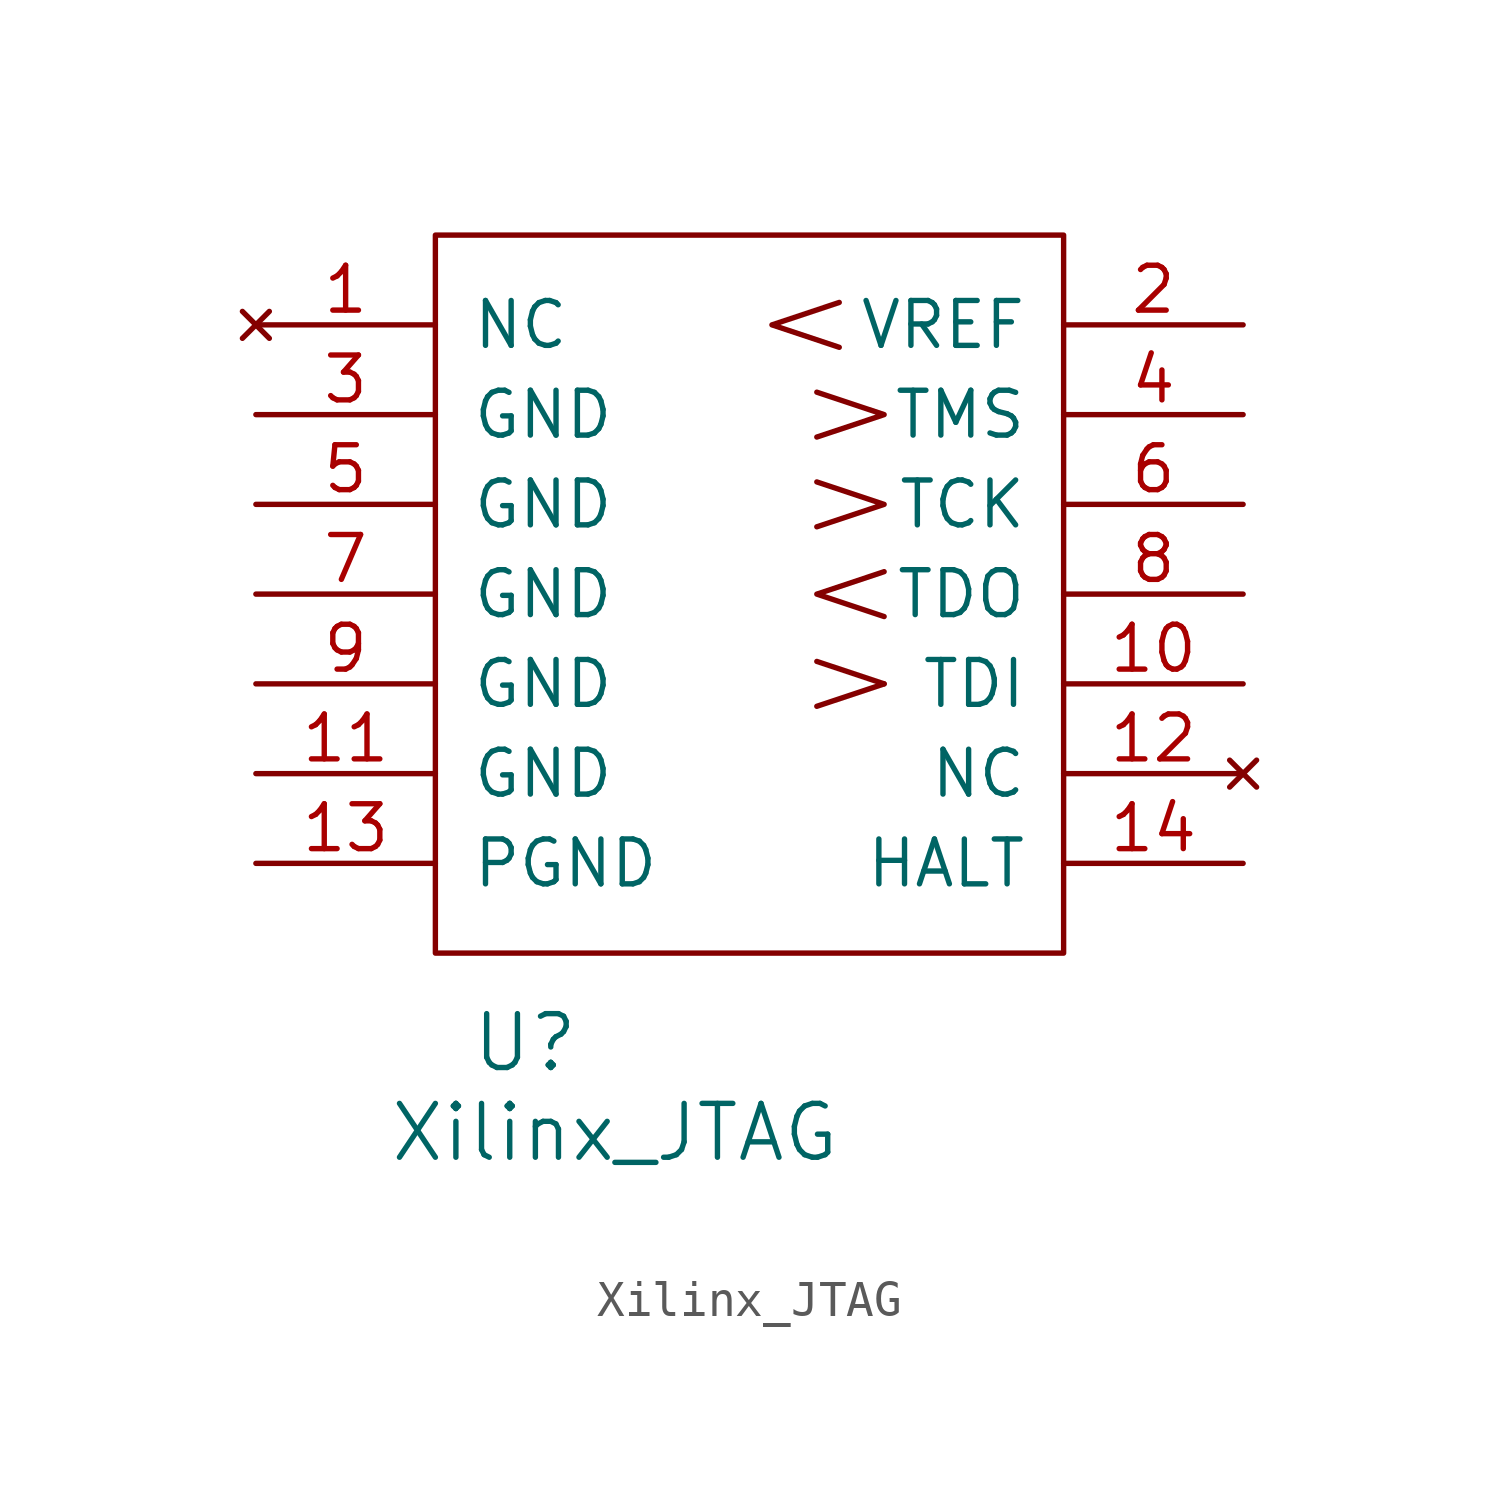
<source format=kicad_sym>
(kicad_symbol_lib
  (version 20220914)
  (generator kicad_symbol_editor)
  (symbol "Xilinx_JTAG"
    (pin_names
      (offset 1.016))
    (property "Reference" "U"
      (at 2.54 -2.54 0)
      (effects (font (size 1.524 1.524))))
    (property "Value" "Xilinx_JTAG"
      (at 5.08 -5.08 0)
      (effects (font (size 1.524 1.524))))
    (property "Footprint" ""
      (at 0 0 0)
      (effects (font (size 1.524 1.524))))
    (property "Datasheet" ""
      (at 0 0 0)
      (effects (font (size 1.524 1.524))))
    (symbol "Xilinx_JTAG_0_1"
      (polyline (pts (xy 10.795 6.985) (xy 12.7 7.62)) (stroke (width 0) (type solid)) (fill (type none)))
      (polyline (pts (xy 12.7 7.62) (xy 10.795 8.255)) (stroke (width 0) (type solid)) (fill (type none)))
      (polyline (pts (xy 10.795 13.335) (xy 12.7 12.7) (xy 10.795 12.065)) (stroke (width 0) (type solid)) (fill (type none)))
      (polyline (pts (xy 10.795 15.875) (xy 12.7 15.24) (xy 10.795 14.605)) (stroke (width 0) (type solid)) (fill (type none)))
      (polyline (pts (xy 11.43 17.145) (xy 9.525 17.78) (xy 11.43 18.415)) (stroke (width 0) (type solid)) (fill (type none)))
      (polyline (pts (xy 12.7 10.795) (xy 10.795 10.16) (xy 12.7 9.525)) (stroke (width 0) (type solid)) (fill (type none))))
    (symbol "Xilinx_JTAG_1_1"
      (rectangle (start 0 0) (end 17.78 20.32) (stroke (width 0) (type solid)) (fill (type none)))
      (pin no_connect line (at -5.08 17.78 0) (length 5.08) (name "NC" (effects (font (size 1.27 1.27)))) (number "1" (effects (font (size 1.27 1.27)))))
      (pin output line (at 22.86 7.62 180) (length 5.08) (name "TDI" (effects (font (size 1.27 1.27)))) (number "10" (effects (font (size 1.27 1.27)))))
      (pin power_in line (at -5.08 5.08 0) (length 5.08) (name "GND" (effects (font (size 1.27 1.27)))) (number "11" (effects (font (size 1.27 1.27)))))
      (pin no_connect line (at 22.86 5.08 180) (length 5.08) (name "NC" (effects (font (size 1.27 1.27)))) (number "12" (effects (font (size 1.27 1.27)))))
      (pin output line (at -5.08 2.54 0) (length 5.08) (name "PGND" (effects (font (size 1.27 1.27)))) (number "13" (effects (font (size 1.27 1.27)))))
      (pin bidirectional line (at 22.86 2.54 180) (length 5.08) (name "HALT" (effects (font (size 1.27 1.27)))) (number "14" (effects (font (size 1.27 1.27)))))
      (pin input line (at 22.86 17.78 180) (length 5.08) (name "VREF" (effects (font (size 1.27 1.27)))) (number "2" (effects (font (size 1.27 1.27)))))
      (pin power_in line (at -5.08 15.24 0) (length 5.08) (name "GND" (effects (font (size 1.27 1.27)))) (number "3" (effects (font (size 1.27 1.27)))))
      (pin output line (at 22.86 15.24 180) (length 5.08) (name "TMS" (effects (font (size 1.27 1.27)))) (number "4" (effects (font (size 1.27 1.27)))))
      (pin power_out line (at -5.08 12.7 0) (length 5.08) (name "GND" (effects (font (size 1.27 1.27)))) (number "5" (effects (font (size 1.27 1.27)))))
      (pin output line (at 22.86 12.7 180) (length 5.08) (name "TCK" (effects (font (size 1.27 1.27)))) (number "6" (effects (font (size 1.27 1.27)))))
      (pin power_in line (at -5.08 10.16 0) (length 5.08) (name "GND" (effects (font (size 1.27 1.27)))) (number "7" (effects (font (size 1.27 1.27)))))
      (pin input line (at 22.86 10.16 180) (length 5.08) (name "TDO" (effects (font (size 1.27 1.27)))) (number "8" (effects (font (size 1.27 1.27)))))
      (pin power_in line (at -5.08 7.62 0) (length 5.08) (name "GND" (effects (font (size 1.27 1.27)))) (number "9" (effects (font (size 1.27 1.27))))))))
</source>
